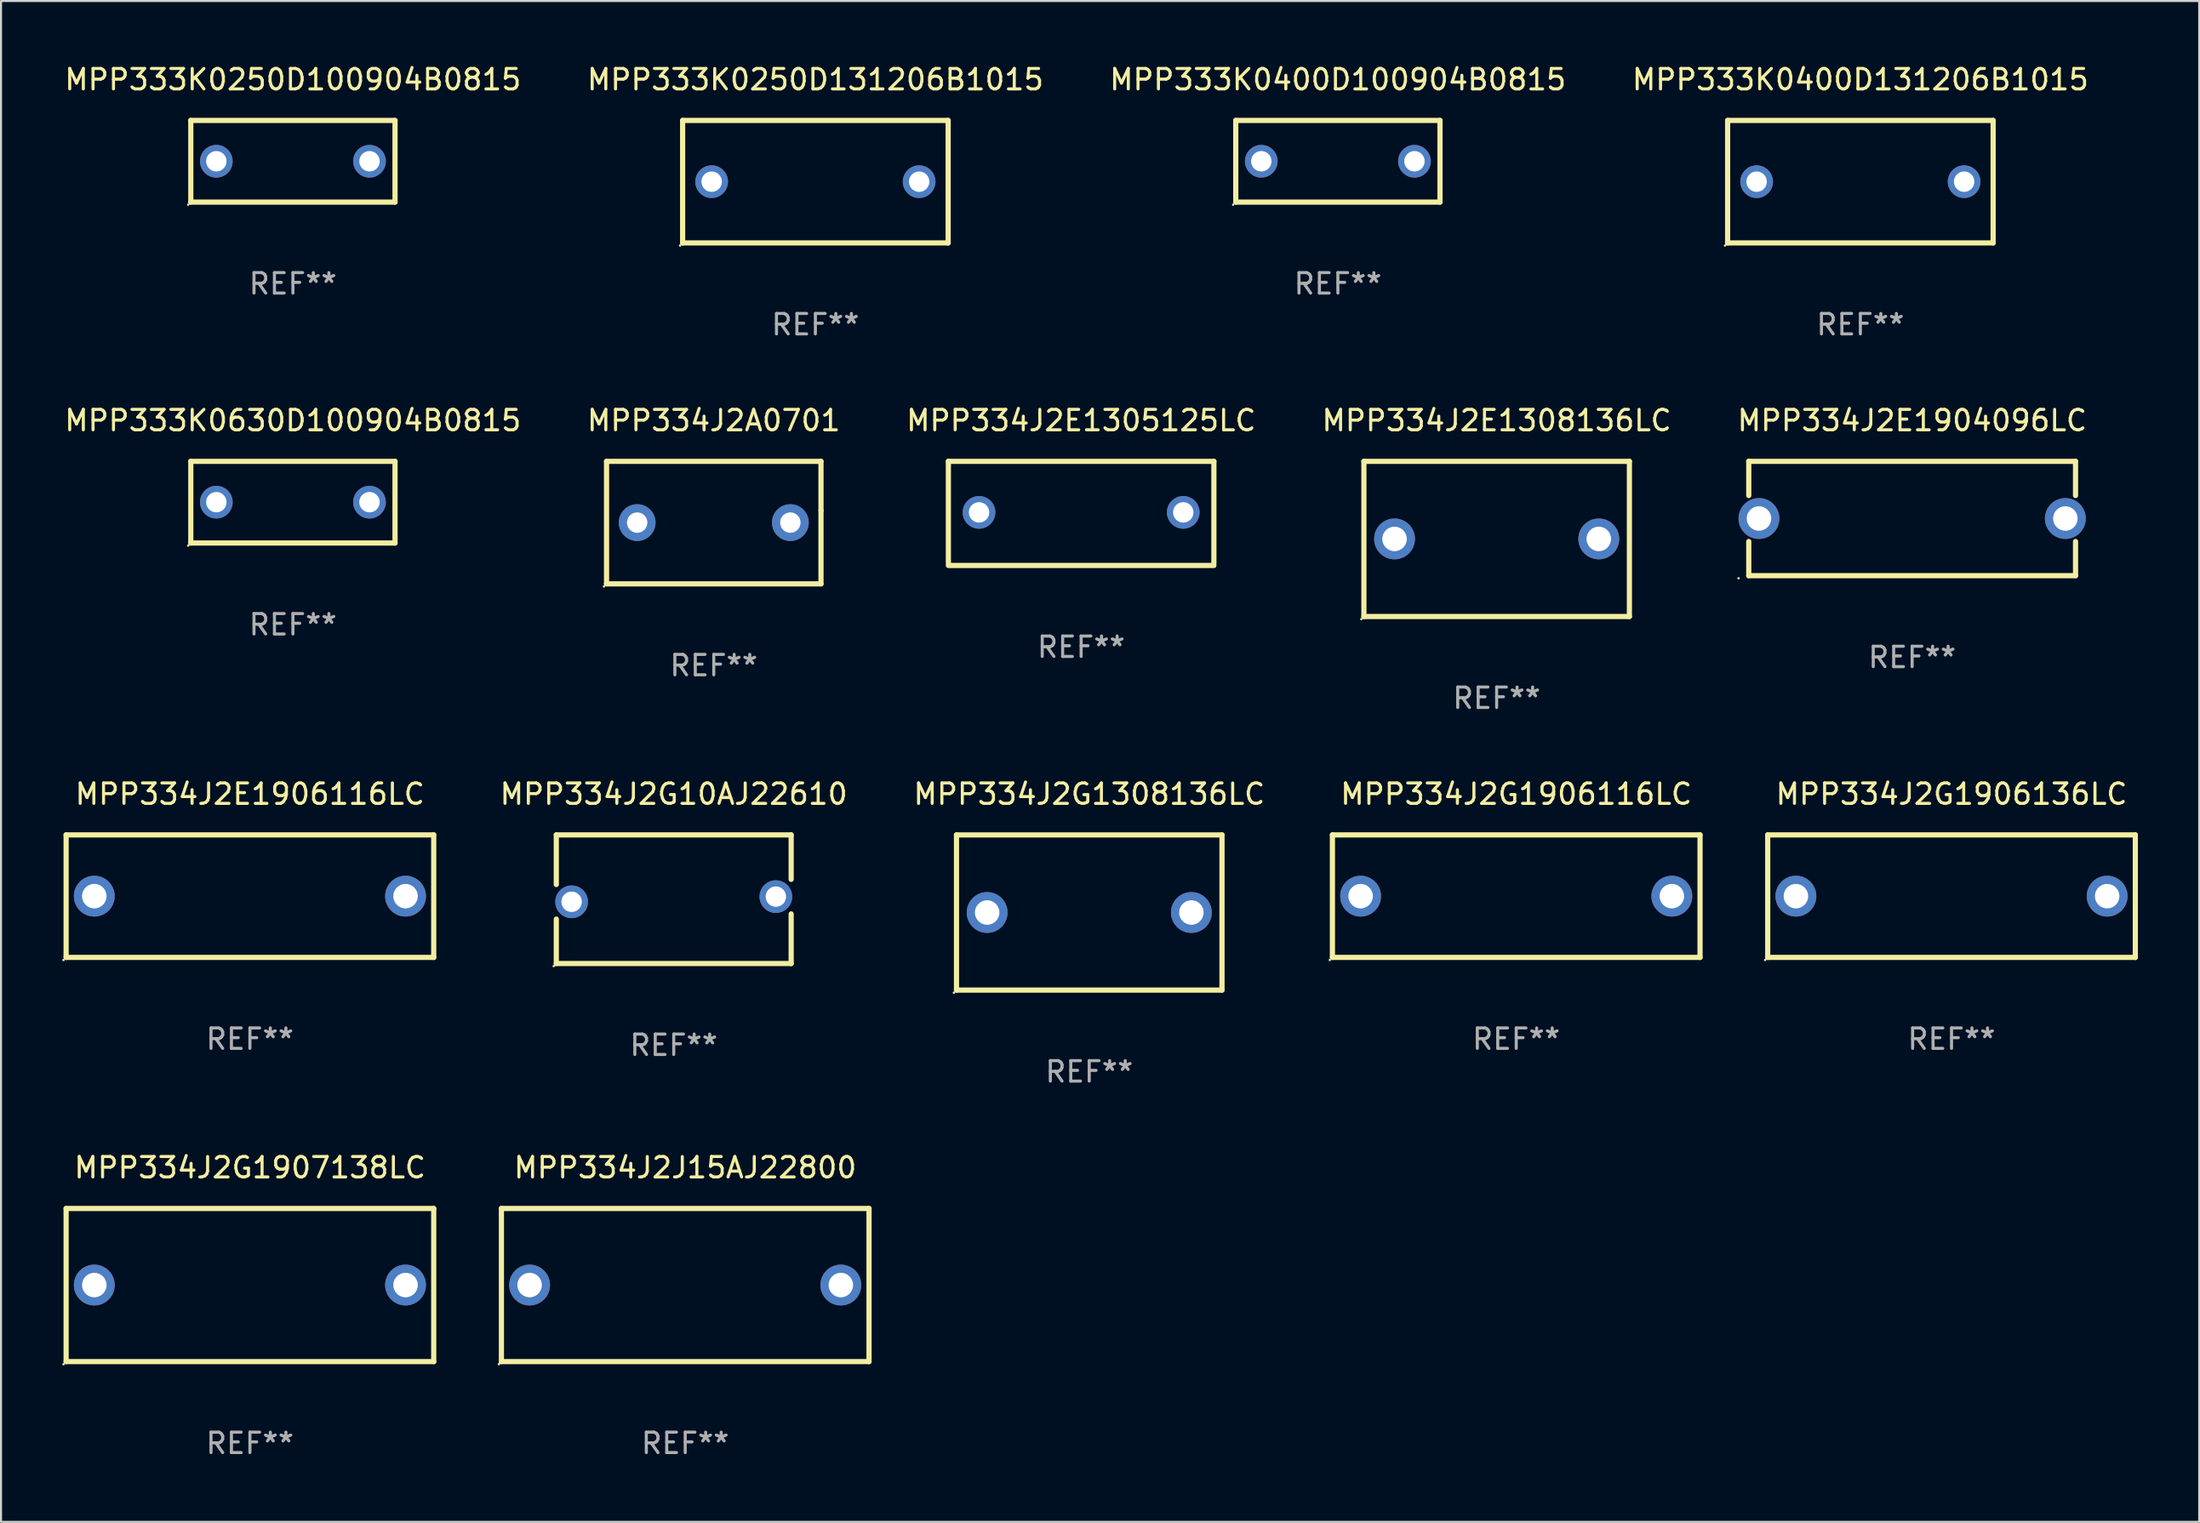
<source format=kicad_pcb>
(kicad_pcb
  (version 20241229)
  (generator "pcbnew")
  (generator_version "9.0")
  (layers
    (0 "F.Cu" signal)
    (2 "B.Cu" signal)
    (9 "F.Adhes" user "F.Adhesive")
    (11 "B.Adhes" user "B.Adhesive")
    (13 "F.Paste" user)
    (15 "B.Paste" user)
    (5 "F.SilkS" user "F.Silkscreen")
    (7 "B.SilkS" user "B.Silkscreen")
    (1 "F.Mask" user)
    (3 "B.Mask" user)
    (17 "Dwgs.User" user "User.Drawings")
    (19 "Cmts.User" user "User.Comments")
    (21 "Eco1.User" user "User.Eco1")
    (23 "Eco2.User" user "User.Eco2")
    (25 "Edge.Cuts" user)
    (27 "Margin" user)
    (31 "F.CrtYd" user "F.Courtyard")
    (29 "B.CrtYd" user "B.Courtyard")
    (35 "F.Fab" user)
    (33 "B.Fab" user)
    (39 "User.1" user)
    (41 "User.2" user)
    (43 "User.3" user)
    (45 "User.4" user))
  (footprint "MPP333K0250D131206B1015"
    (layer "F.Cu")
    (at 36.875 5.848)
    (property "Reference" "MPP333K0250D131206B1015" (at 0 -5 0) (layer "F.SilkS") (effects (font (size 1 1) (thickness 0.15))))
    (attr through_hole)
    (fp_line (start -6.5 -3) (end 6.5 -3) (stroke (width 0.254) (type solid)) (layer "F.SilkS"))
    (fp_line (start -6.5 3) (end -6.5 -3) (stroke (width 0.254) (type solid)) (layer "F.SilkS"))
    (fp_line (start 6.5 -3) (end 6.5 3) (stroke (width 0.254) (type solid)) (layer "F.SilkS"))
    (fp_line (start 6.5 3) (end -6.5 3) (stroke (width 0.254) (type solid)) (layer "F.SilkS"))
    (fp_circle (center -6.627 3.127) (end -6.597 3.127) (stroke (width 0.06) (type solid)) (fill no) (layer "F.SilkS"))
    (fp_text user "REF**" (at 0 7 0) (layer "F.Fab") (effects (font (size 1 1) (thickness 0.15))))
    (pad "1" thru_hole circle (at -5.08 0) (size 1.6 1.6) (drill 1) (layers "*.Cu" "*.Mask"))
    (pad "2" thru_hole circle (at 5.08 0) (size 1.6 1.6) (drill 1) (layers "*.Cu" "*.Mask")))
  (footprint "MPP334J2G1308136LC"
    (layer "F.Cu")
    (at 50.284 41.642)
    (property "Reference" "MPP334J2G1308136LC" (at 0 -5.8 0) (layer "F.SilkS") (effects (font (size 1 1) (thickness 0.15))))
    (attr through_hole)
    (fp_line (start -6.5 -3.8) (end -6.5 3.8) (stroke (width 0.254) (type solid)) (layer "F.SilkS"))
    (fp_line (start -6.5 -3.8) (end 6.5 -3.8) (stroke (width 0.254) (type solid)) (layer "F.SilkS"))
    (fp_line (start 6.5 3.8) (end -6.5 3.8) (stroke (width 0.254) (type solid)) (layer "F.SilkS"))
    (fp_line (start 6.5 3.8) (end 6.5 -3.8) (stroke (width 0.254) (type solid)) (layer "F.SilkS"))
    (fp_circle (center -6.627 3.927) (end -6.597 3.927) (stroke (width 0.06) (type solid)) (fill no) (layer "F.SilkS"))
    (fp_text user "REF**" (at 0 7.8 0) (layer "F.Fab") (effects (font (size 1 1) (thickness 0.15))))
    (pad "1" thru_hole circle (at -4.999 0) (size 2 2) (drill 1.2) (layers "*.Cu" "*.Mask"))
    (pad "2" thru_hole circle (at 5.001 0) (size 2 2) (drill 1.2) (layers "*.Cu" "*.Mask")))
  (footprint "MPP334J2A0701"
    (layer "F.Cu")
    (at 31.899 22.545)
    (property "Reference" "MPP334J2A0701" (at 0 -5 0) (layer "F.SilkS") (effects (font (size 1 1) (thickness 0.15))))
    (attr through_hole)
    (fp_line (start -5.25 -3) (end 5.25 -3) (stroke (width 0.254) (type solid)) (layer "F.SilkS"))
    (fp_line (start -5.25 3) (end -5.25 -3) (stroke (width 0.254) (type solid)) (layer "F.SilkS"))
    (fp_line (start 5.25 -0.591) (end 5.25 -3) (stroke (width 0.254) (type solid)) (layer "F.SilkS"))
    (fp_line (start 5.25 3) (end 5.25 -0.591) (stroke (width 0.254) (type solid)) (layer "F.SilkS"))
    (fp_line (start 5.25 3) (end -5.25 3) (stroke (width 0.254) (type solid)) (layer "F.SilkS"))
    (fp_circle (center -5.377 3.127) (end -5.347 3.127) (stroke (width 0.06) (type solid)) (fill no) (layer "F.SilkS"))
    (fp_text user "REF**" (at 0 7 0) (layer "F.Fab") (effects (font (size 1 1) (thickness 0.15))))
    (pad "1" thru_hole circle (at -3.75 0) (size 1.8 1.8) (drill 1) (layers "*.Cu" "*.Mask"))
    (pad "2" thru_hole circle (at 3.75 0) (size 1.8 1.8) (drill 1) (layers "*.Cu" "*.Mask")))
  (footprint "MPP334J2G1906136LC"
    (layer "F.Cu")
    (at 92.505 40.841)
    (property "Reference" "MPP334J2G1906136LC" (at 0 -5 0) (layer "F.SilkS") (effects (font (size 1 1) (thickness 0.15))))
    (attr through_hole)
    (fp_line (start -9 -3) (end 9 -3) (stroke (width 0.254) (type solid)) (layer "F.SilkS"))
    (fp_line (start -9 3) (end -9 -3) (stroke (width 0.254) (type solid)) (layer "F.SilkS"))
    (fp_line (start 9 -3) (end 9 3) (stroke (width 0.254) (type solid)) (layer "F.SilkS"))
    (fp_line (start 9 3) (end -9 3) (stroke (width 0.254) (type solid)) (layer "F.SilkS"))
    (fp_circle (center -9.127 3.127) (end -9.097 3.127) (stroke (width 0.06) (type solid)) (fill no) (layer "F.SilkS"))
    (fp_text user "REF**" (at 0 7 0) (layer "F.Fab") (effects (font (size 1 1) (thickness 0.15))))
    (pad "1" thru_hole circle (at -7.62 0) (size 2 2) (drill 1.2) (layers "*.Cu" "*.Mask"))
    (pad "2" thru_hole circle (at 7.62 0) (size 2 2) (drill 1.2) (layers "*.Cu" "*.Mask")))
  (footprint "MPP334J2J15AJ22800"
    (layer "F.Cu")
    (at 30.501 59.888)
    (property "Reference" "MPP334J2J15AJ22800" (at 0 -5.75 0) (layer "F.SilkS") (effects (font (size 1 1) (thickness 0.15))))
    (attr through_hole)
    (fp_line (start -9 -3.75) (end 9 -3.75) (stroke (width 0.254) (type solid)) (layer "F.SilkS"))
    (fp_line (start -9 3.75) (end -9 -3.75) (stroke (width 0.254) (type solid)) (layer "F.SilkS"))
    (fp_line (start 9 -3.75) (end 9 3.75) (stroke (width 0.254) (type solid)) (layer "F.SilkS"))
    (fp_line (start 9 3.75) (end -9 3.75) (stroke (width 0.254) (type solid)) (layer "F.SilkS"))
    (fp_circle (center -9.127 3.877) (end -9.097 3.877) (stroke (width 0.06) (type solid)) (fill no) (layer "F.SilkS"))
    (fp_text user "REF**" (at 0 7.75 0) (layer "F.Fab") (effects (font (size 1 1) (thickness 0.15))))
    (pad "1" thru_hole circle (at -7.62 0) (size 2 2) (drill 1.2) (layers "*.Cu" "*.Mask"))
    (pad "2" thru_hole circle (at 7.62 0) (size 2 2) (drill 1.2) (layers "*.Cu" "*.Mask")))
  (footprint "MPP333K0400D131206B1015"
    (layer "F.Cu")
    (at 88.042 5.848)
    (property "Reference" "MPP333K0400D131206B1015" (at 0 -5 0) (layer "F.SilkS") (effects (font (size 1 1) (thickness 0.15))))
    (attr through_hole)
    (fp_line (start -6.5 -3) (end 6.5 -3) (stroke (width 0.254) (type solid)) (layer "F.SilkS"))
    (fp_line (start -6.5 3) (end -6.5 -3) (stroke (width 0.254) (type solid)) (layer "F.SilkS"))
    (fp_line (start 6.5 -3) (end 6.5 3) (stroke (width 0.254) (type solid)) (layer "F.SilkS"))
    (fp_line (start 6.5 3) (end -6.5 3) (stroke (width 0.254) (type solid)) (layer "F.SilkS"))
    (fp_circle (center -6.627 3.127) (end -6.597 3.127) (stroke (width 0.06) (type solid)) (fill no) (layer "F.SilkS"))
    (fp_text user "REF**" (at 0 7 0) (layer "F.Fab") (effects (font (size 1 1) (thickness 0.15))))
    (pad "1" thru_hole circle (at -5.08 0) (size 1.6 1.6) (drill 1) (layers "*.Cu" "*.Mask"))
    (pad "2" thru_hole circle (at 5.08 0) (size 1.6 1.6) (drill 1) (layers "*.Cu" "*.Mask")))
  (footprint "MPP334J2G10AJ22610"
    (layer "F.Cu")
    (at 29.939 40.991)
    (property "Reference" "MPP334J2G10AJ22610" (at 0 -5.15 0) (layer "F.SilkS") (effects (font (size 1 1) (thickness 0.15))))
    (attr through_hole)
    (fp_line (start -5.75 -3.15) (end -5.75 -0.719) (stroke (width 0.254) (type solid)) (layer "F.SilkS"))
    (fp_line (start -5.75 -3.15) (end 5.75 -3.15) (stroke (width 0.254) (type solid)) (layer "F.SilkS"))
    (fp_line (start -5.75 0.973) (end -5.75 3.15) (stroke (width 0.254) (type solid)) (layer "F.SilkS"))
    (fp_line (start -5.75 3.15) (end 5.75 3.15) (stroke (width 0.254) (type solid)) (layer "F.SilkS"))
    (fp_line (start 5.75 -3.15) (end 5.75 -0.973) (stroke (width 0.254) (type solid)) (layer "F.SilkS"))
    (fp_line (start 5.75 0.719) (end 5.75 3.15) (stroke (width 0.254) (type solid)) (layer "F.SilkS"))
    (fp_circle (center -5.877 3.277) (end -5.847 3.277) (stroke (width 0.06) (type solid)) (fill no) (layer "F.SilkS"))
    (fp_text user "REF**" (at 0 7.15 0) (layer "F.Fab") (effects (font (size 1 1) (thickness 0.15))))
    (pad "1" thru_hole circle (at -5 0.127) (size 1.6 1.6) (drill 1) (layers "*.Cu" "*.Mask"))
    (pad "2" thru_hole circle (at 5 -0.127) (size 1.6 1.6) (drill 1) (layers "*.Cu" "*.Mask")))
  (footprint "MPP333K0250D100904B0815"
    (layer "F.Cu")
    (at 11.292 4.848)
    (property "Reference" "MPP333K0250D100904B0815" (at 0 -4 0) (layer "F.SilkS") (effects (font (size 1 1) (thickness 0.15))))
    (attr through_hole)
    (fp_line (start -5 -2) (end 5 -2) (stroke (width 0.254) (type solid)) (layer "F.SilkS"))
    (fp_line (start -5 2) (end -5 -2) (stroke (width 0.254) (type solid)) (layer "F.SilkS"))
    (fp_line (start 5 -2) (end 5 2) (stroke (width 0.254) (type solid)) (layer "F.SilkS"))
    (fp_line (start 5 2) (end -5 2) (stroke (width 0.254) (type solid)) (layer "F.SilkS"))
    (fp_circle (center -5.127 2.127) (end -5.097 2.127) (stroke (width 0.06) (type solid)) (fill no) (layer "F.SilkS"))
    (fp_text user "REF**" (at 0 6 0) (layer "F.Fab") (effects (font (size 1 1) (thickness 0.15))))
    (pad "1" thru_hole circle (at -3.75 0) (size 1.6 1.6) (drill 1) (layers "*.Cu" "*.Mask"))
    (pad "2" thru_hole circle (at 3.75 0) (size 1.6 1.6) (drill 1) (layers "*.Cu" "*.Mask")))
  (footprint "MPP334J2E1906116LC"
    (layer "F.Cu")
    (at 9.187 40.841)
    (property "Reference" "MPP334J2E1906116LC" (at 0 -5 0) (layer "F.SilkS") (effects (font (size 1 1) (thickness 0.15))))
    (attr through_hole)
    (fp_line (start -9 -3) (end 9 -3) (stroke (width 0.254) (type solid)) (layer "F.SilkS"))
    (fp_line (start -9 3) (end -9 -3) (stroke (width 0.254) (type solid)) (layer "F.SilkS"))
    (fp_line (start 9 -3) (end 9 3) (stroke (width 0.254) (type solid)) (layer "F.SilkS"))
    (fp_line (start 9 3) (end -9 3) (stroke (width 0.254) (type solid)) (layer "F.SilkS"))
    (fp_circle (center -9.127 3.127) (end -9.097 3.127) (stroke (width 0.06) (type solid)) (fill no) (layer "F.SilkS"))
    (fp_text user "REF**" (at 0 7 0) (layer "F.Fab") (effects (font (size 1 1) (thickness 0.15))))
    (pad "1" thru_hole circle (at -7.62 0) (size 2 2) (drill 1.2) (layers "*.Cu" "*.Mask"))
    (pad "2" thru_hole circle (at 7.62 0) (size 2 2) (drill 1.2) (layers "*.Cu" "*.Mask")))
  (footprint "MPP333K0400D100904B0815"
    (layer "F.Cu")
    (at 62.458 4.848)
    (property "Reference" "MPP333K0400D100904B0815" (at 0 -4 0) (layer "F.SilkS") (effects (font (size 1 1) (thickness 0.15))))
    (attr through_hole)
    (fp_line (start -5 -2) (end 5 -2) (stroke (width 0.254) (type solid)) (layer "F.SilkS"))
    (fp_line (start -5 2) (end -5 -2) (stroke (width 0.254) (type solid)) (layer "F.SilkS"))
    (fp_line (start 5 -2) (end 5 2) (stroke (width 0.254) (type solid)) (layer "F.SilkS"))
    (fp_line (start 5 2) (end -5 2) (stroke (width 0.254) (type solid)) (layer "F.SilkS"))
    (fp_circle (center -5.127 2.127) (end -5.097 2.127) (stroke (width 0.06) (type solid)) (fill no) (layer "F.SilkS"))
    (fp_text user "REF**" (at 0 6 0) (layer "F.Fab") (effects (font (size 1 1) (thickness 0.15))))
    (pad "1" thru_hole circle (at -3.75 0) (size 1.6 1.6) (drill 1) (layers "*.Cu" "*.Mask"))
    (pad "2" thru_hole circle (at 3.75 0) (size 1.6 1.6) (drill 1) (layers "*.Cu" "*.Mask")))
  (footprint "MPP334J2E1904096LC"
    (layer "F.Cu")
    (at 90.577 22.345)
    (property "Reference" "MPP334J2E1904096LC" (at 0 -4.8 0) (layer "F.SilkS") (effects (font (size 1 1) (thickness 0.15))))
    (attr through_hole)
    (fp_line (start -8 -2.8) (end 8 -2.8) (stroke (width 0.254) (type solid)) (layer "F.SilkS"))
    (fp_line (start -8 -1.125) (end -8 -2.8) (stroke (width 0.254) (type solid)) (layer "F.SilkS"))
    (fp_line (start -8 2.8) (end -8 1.125) (stroke (width 0.254) (type solid)) (layer "F.SilkS"))
    (fp_line (start 8 -2.8) (end 8 -1.125) (stroke (width 0.254) (type solid)) (layer "F.SilkS"))
    (fp_line (start 8 1.125) (end 8 2.8) (stroke (width 0.254) (type solid)) (layer "F.SilkS"))
    (fp_line (start 8 2.8) (end -8 2.8) (stroke (width 0.254) (type solid)) (layer "F.SilkS"))
    (fp_circle (center -8.501 2.927) (end -8.471 2.927) (stroke (width 0.06) (type solid)) (fill no) (layer "F.SilkS"))
    (fp_text user "REF**" (at 0 6.8 0) (layer "F.Fab") (effects (font (size 1 1) (thickness 0.15))))
    (pad "1" thru_hole circle (at -7.501 0) (size 2 2) (drill 1.2) (layers "*.Cu" "*.Mask"))
    (pad "2" thru_hole circle (at 7.501 0) (size 2 2) (drill 1.2) (layers "*.Cu" "*.Mask")))
  (footprint "MPP334J2E1308136LC"
    (layer "F.Cu")
    (at 70.232 23.345)
    (property "Reference" "MPP334J2E1308136LC" (at 0 -5.8 0) (layer "F.SilkS") (effects (font (size 1 1) (thickness 0.15))))
    (attr through_hole)
    (fp_line (start -6.5 -3.8) (end -6.5 3.8) (stroke (width 0.254) (type solid)) (layer "F.SilkS"))
    (fp_line (start -6.5 -3.8) (end 6.5 -3.8) (stroke (width 0.254) (type solid)) (layer "F.SilkS"))
    (fp_line (start 6.5 3.8) (end -6.5 3.8) (stroke (width 0.254) (type solid)) (layer "F.SilkS"))
    (fp_line (start 6.5 3.8) (end 6.5 -3.8) (stroke (width 0.254) (type solid)) (layer "F.SilkS"))
    (fp_circle (center -6.627 3.927) (end -6.597 3.927) (stroke (width 0.06) (type solid)) (fill no) (layer "F.SilkS"))
    (fp_text user "REF**" (at 0 7.8 0) (layer "F.Fab") (effects (font (size 1 1) (thickness 0.15))))
    (pad "1" thru_hole circle (at -4.999 0) (size 2 2) (drill 1.2) (layers "*.Cu" "*.Mask"))
    (pad "2" thru_hole circle (at 5.001 0) (size 2 2) (drill 1.2) (layers "*.Cu" "*.Mask")))
  (footprint "MPP334J2E1305125LC"
    (layer "F.Cu")
    (at 49.887 22.095)
    (property "Reference" "MPP334J2E1305125LC" (at 0 -4.55 0) (layer "F.SilkS") (effects (font (size 1 1) (thickness 0.15))))
    (attr through_hole)
    (fp_line (start -6.5 -2.55) (end 6.5 -2.55) (stroke (width 0.254) (type solid)) (layer "F.SilkS"))
    (fp_line (start -6.5 2.45) (end -6.5 -2.55) (stroke (width 0.254) (type solid)) (layer "F.SilkS"))
    (fp_line (start 6.5 -2.55) (end 6.5 2.45) (stroke (width 0.254) (type solid)) (layer "F.SilkS"))
    (fp_line (start 6.5 2.55) (end -6.5 2.55) (stroke (width 0.254) (type solid)) (layer "F.SilkS"))
    (fp_circle (center -6.5 2.45) (end -6.47 2.45) (stroke (width 0.06) (type solid)) (fill no) (layer "F.SilkS"))
    (fp_text user "REF**" (at 0 6.55 0) (layer "F.Fab") (effects (font (size 1 1) (thickness 0.15))))
    (pad "1" thru_hole circle (at -5 -0.05) (size 1.6 1.6) (drill 1) (layers "*.Cu" "*.Mask"))
    (pad "2" thru_hole circle (at 5 -0.05) (size 1.6 1.6) (drill 1) (layers "*.Cu" "*.Mask")))
  (footprint "MPP333K0630D100904B0815"
    (layer "F.Cu")
    (at 11.292 21.545)
    (property "Reference" "MPP333K0630D100904B0815" (at 0 -4 0) (layer "F.SilkS") (effects (font (size 1 1) (thickness 0.15))))
    (attr through_hole)
    (fp_line (start -5 -2) (end 5 -2) (stroke (width 0.254) (type solid)) (layer "F.SilkS"))
    (fp_line (start -5 2) (end -5 -2) (stroke (width 0.254) (type solid)) (layer "F.SilkS"))
    (fp_line (start 5 -2) (end 5 2) (stroke (width 0.254) (type solid)) (layer "F.SilkS"))
    (fp_line (start 5 2) (end -5 2) (stroke (width 0.254) (type solid)) (layer "F.SilkS"))
    (fp_circle (center -5.127 2.127) (end -5.097 2.127) (stroke (width 0.06) (type solid)) (fill no) (layer "F.SilkS"))
    (fp_text user "REF**" (at 0 6 0) (layer "F.Fab") (effects (font (size 1 1) (thickness 0.15))))
    (pad "1" thru_hole circle (at -3.75 0) (size 1.6 1.6) (drill 1) (layers "*.Cu" "*.Mask"))
    (pad "2" thru_hole circle (at 3.75 0) (size 1.6 1.6) (drill 1) (layers "*.Cu" "*.Mask")))
  (footprint "MPP334J2G1906116LC"
    (layer "F.Cu")
    (at 71.191 40.841)
    (property "Reference" "MPP334J2G1906116LC" (at 0 -5 0) (layer "F.SilkS") (effects (font (size 1 1) (thickness 0.15))))
    (attr through_hole)
    (fp_line (start -9 -3) (end 9 -3) (stroke (width 0.254) (type solid)) (layer "F.SilkS"))
    (fp_line (start -9 3) (end -9 -3) (stroke (width 0.254) (type solid)) (layer "F.SilkS"))
    (fp_line (start 9 -3) (end 9 3) (stroke (width 0.254) (type solid)) (layer "F.SilkS"))
    (fp_line (start 9 3) (end -9 3) (stroke (width 0.254) (type solid)) (layer "F.SilkS"))
    (fp_circle (center -9.127 3.127) (end -9.097 3.127) (stroke (width 0.06) (type solid)) (fill no) (layer "F.SilkS"))
    (fp_text user "REF**" (at 0 7 0) (layer "F.Fab") (effects (font (size 1 1) (thickness 0.15))))
    (pad "1" thru_hole circle (at -7.62 0) (size 2 2) (drill 1.2) (layers "*.Cu" "*.Mask"))
    (pad "2" thru_hole circle (at 7.62 0) (size 2 2) (drill 1.2) (layers "*.Cu" "*.Mask")))
  (footprint "MPP334J2G1907138LC"
    (layer "F.Cu")
    (at 9.187 59.888)
    (property "Reference" "MPP334J2G1907138LC" (at 0 -5.75 0) (layer "F.SilkS") (effects (font (size 1 1) (thickness 0.15))))
    (attr through_hole)
    (fp_line (start -9 -3.75) (end 9 -3.75) (stroke (width 0.254) (type solid)) (layer "F.SilkS"))
    (fp_line (start -9 3.75) (end -9 -3.75) (stroke (width 0.254) (type solid)) (layer "F.SilkS"))
    (fp_line (start 9 -3.75) (end 9 3.75) (stroke (width 0.254) (type solid)) (layer "F.SilkS"))
    (fp_line (start 9 3.75) (end -9 3.75) (stroke (width 0.254) (type solid)) (layer "F.SilkS"))
    (fp_circle (center -9.127 3.877) (end -9.097 3.877) (stroke (width 0.06) (type solid)) (fill no) (layer "F.SilkS"))
    (fp_text user "REF**" (at 0 7.75 0) (layer "F.Fab") (effects (font (size 1 1) (thickness 0.15))))
    (pad "1" thru_hole circle (at -7.62 0) (size 2 2) (drill 1.2) (layers "*.Cu" "*.Mask"))
    (pad "2" thru_hole circle (at 7.62 0) (size 2 2) (drill 1.2) (layers "*.Cu" "*.Mask")))
  (gr_rect
    (start -3 -3)
    (end 104.632 71.487)
    (stroke (width 0.1) (type default))
    (fill no)
    (layer "Edge.Cuts")))
</source>
